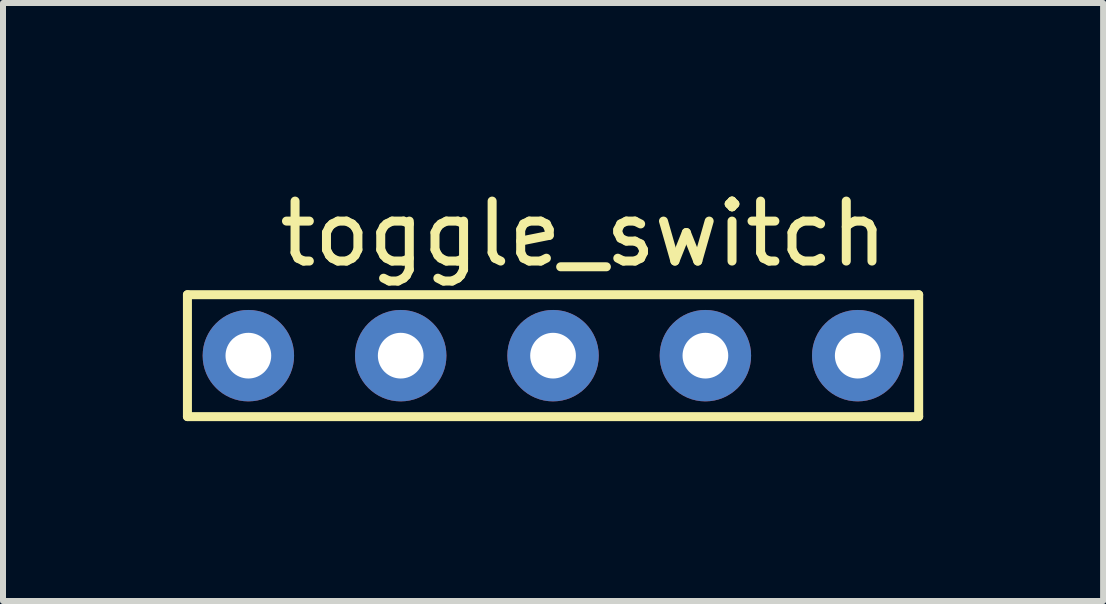
<source format=kicad_pcb>
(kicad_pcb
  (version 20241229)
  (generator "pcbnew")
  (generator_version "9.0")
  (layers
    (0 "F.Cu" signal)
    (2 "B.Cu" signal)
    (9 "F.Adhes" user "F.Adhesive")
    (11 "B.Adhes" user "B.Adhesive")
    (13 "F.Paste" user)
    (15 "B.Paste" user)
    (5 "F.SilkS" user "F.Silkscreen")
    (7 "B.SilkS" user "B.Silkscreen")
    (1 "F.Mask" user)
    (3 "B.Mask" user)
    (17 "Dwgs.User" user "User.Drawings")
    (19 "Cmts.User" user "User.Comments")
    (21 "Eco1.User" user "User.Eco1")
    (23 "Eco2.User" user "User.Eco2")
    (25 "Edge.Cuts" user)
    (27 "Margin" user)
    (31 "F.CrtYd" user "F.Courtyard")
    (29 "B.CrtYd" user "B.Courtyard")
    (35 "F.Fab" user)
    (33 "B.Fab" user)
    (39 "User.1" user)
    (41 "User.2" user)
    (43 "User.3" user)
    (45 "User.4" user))
  (footprint "toggle_switch"
    (layer "F.Cu")
    (at 1.091 2.88)
    (property "Reference" "toggle_switch" (at 5.588 -2.032 0) (layer "F.SilkS") (effects (font (size 1 1) (thickness 0.15))))
    (attr through_hole)
    (fp_line (start -1.016 -1.016) (end -1.016 1.016) (stroke (width 0.15) (type solid)) (layer "F.SilkS"))
    (fp_line (start -1.016 1.016) (end 11.176 1.016) (stroke (width 0.15) (type solid)) (layer "F.SilkS"))
    (fp_line (start 11.176 -1.016) (end -1.016 -1.016) (stroke (width 0.15) (type solid)) (layer "F.SilkS"))
    (fp_line (start 11.176 1.016) (end 11.176 -1.016) (stroke (width 0.15) (type solid)) (layer "F.SilkS"))
    (pad "1" thru_hole circle (at 2.54 0) (size 1.524 1.524) (drill 0.762) (layers "*.Cu" "*.Mask"))
    (pad "2" thru_hole circle (at 5.08 0) (size 1.524 1.524) (drill 0.762) (layers "*.Cu" "*.Mask"))
    (pad "3" thru_hole circle (at 7.62 0) (size 1.524 1.524) (drill 0.762) (layers "*.Cu" "*.Mask"))
    (pad "4" thru_hole circle (at 10.16 0) (size 1.524 1.524) (drill 0.762) (layers "*.Cu" "*.Mask"))
    (pad "5" thru_hole circle (at 0 0) (size 1.524 1.524) (drill 0.762) (layers "*.Cu" "*.Mask")))
  (gr_rect
    (start -3 -3)
    (end 15.342 6.971)
    (stroke (width 0.1) (type default))
    (fill no)
    (layer "Edge.Cuts")))
</source>
